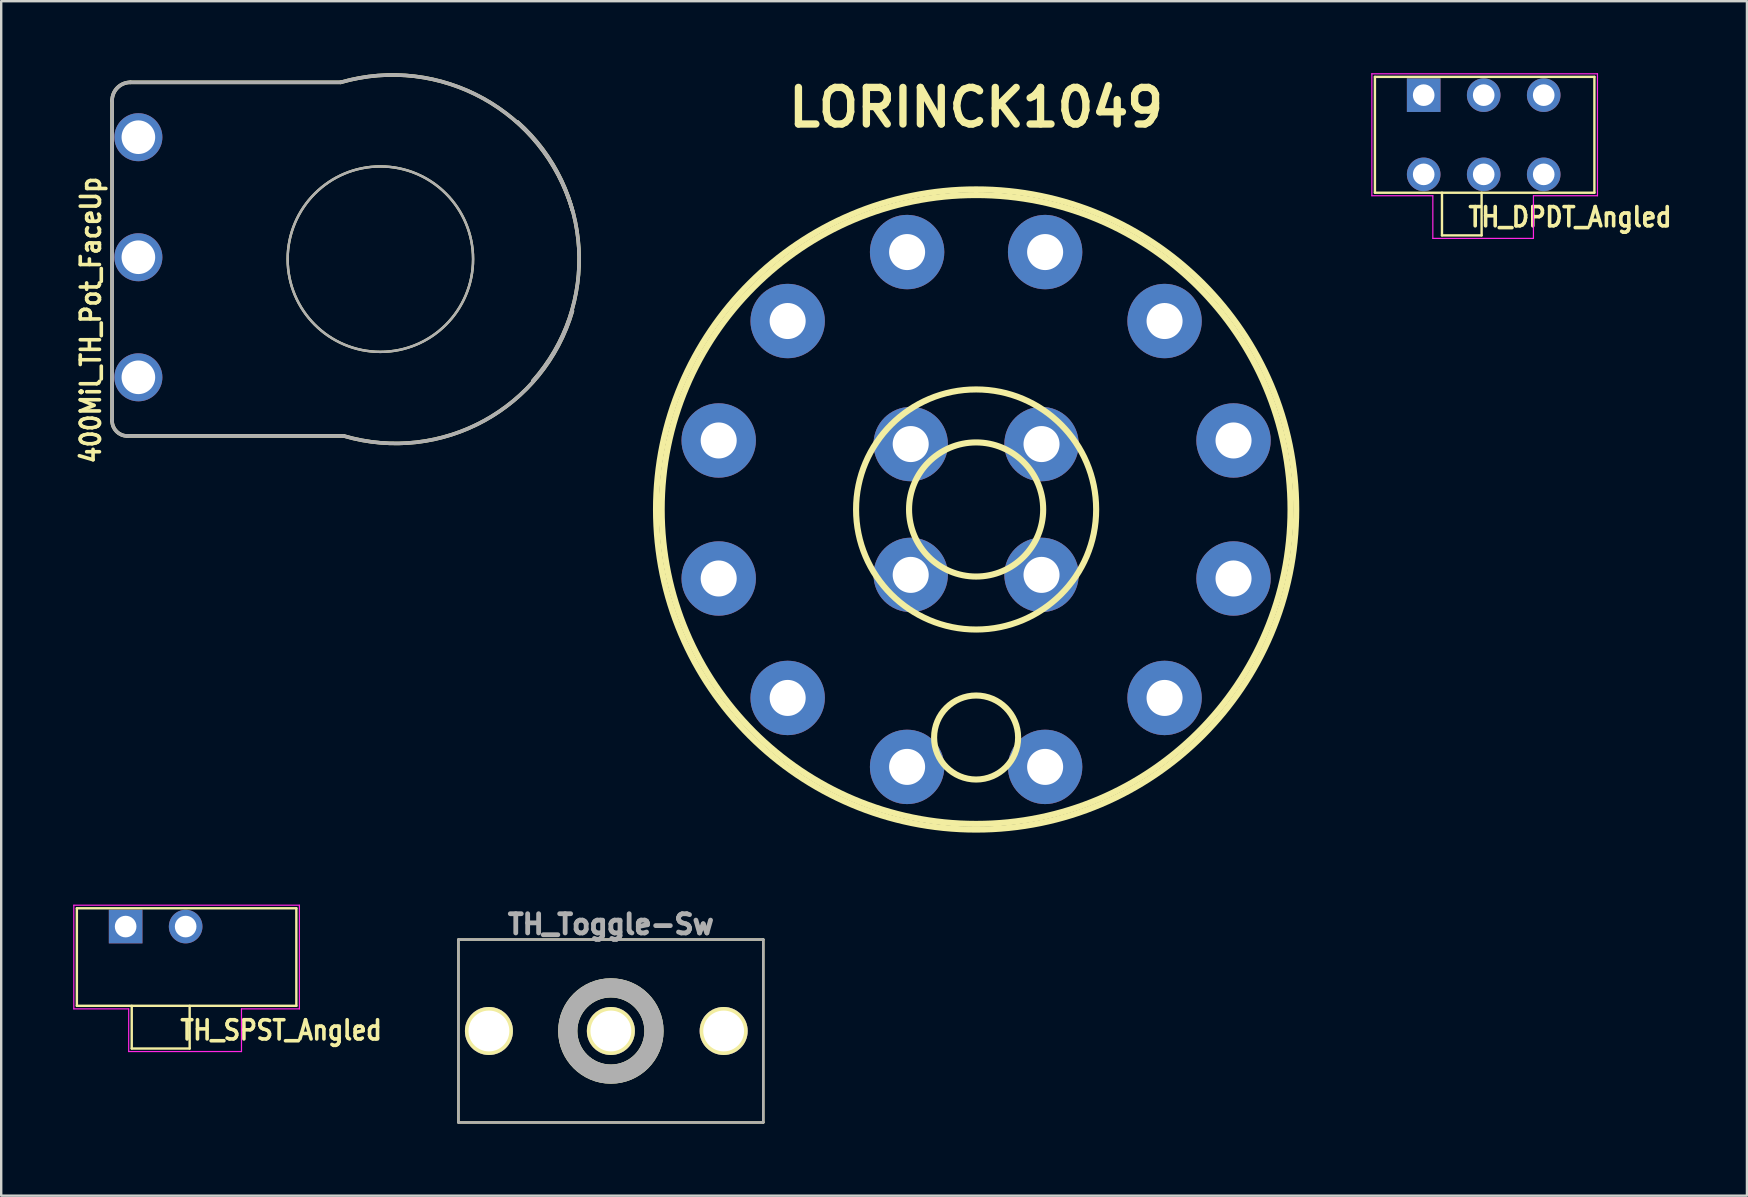
<source format=kicad_pcb>
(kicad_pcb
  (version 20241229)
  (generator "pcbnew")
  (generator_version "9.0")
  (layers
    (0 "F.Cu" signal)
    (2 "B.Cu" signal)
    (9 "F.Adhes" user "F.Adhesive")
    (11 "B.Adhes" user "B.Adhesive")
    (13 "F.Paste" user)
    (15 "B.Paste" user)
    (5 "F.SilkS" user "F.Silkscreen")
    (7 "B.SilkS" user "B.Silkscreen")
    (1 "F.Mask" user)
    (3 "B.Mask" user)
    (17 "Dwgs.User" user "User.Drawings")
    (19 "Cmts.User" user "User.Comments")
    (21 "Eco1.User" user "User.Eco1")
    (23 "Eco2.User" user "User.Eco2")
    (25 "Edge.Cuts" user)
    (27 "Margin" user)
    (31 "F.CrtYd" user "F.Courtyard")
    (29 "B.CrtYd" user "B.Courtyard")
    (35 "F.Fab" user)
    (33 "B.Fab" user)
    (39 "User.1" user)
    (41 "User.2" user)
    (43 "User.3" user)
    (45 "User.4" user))
  (footprint "LORINCK1049"
    (layer "F.Cu")
    (at 37.615 18.175)
    (property "Reference" "LORINCK1049" (at 0 -16.749 0) (layer "F.SilkS") (effects (font (size 1.524 1.524) (thickness 0.305))))
    (attr through_hole)
    (fp_circle (center 0 0) (end 2.794 0) (stroke (width 0.254) (type solid)) (fill no) (layer "F.SilkS"))
    (fp_circle (center 0 0) (end 5.001 0) (stroke (width 0.254) (type solid)) (fill no) (layer "F.SilkS"))
    (fp_circle (center 0 0) (end 13.099 0) (stroke (width 0.254) (type solid)) (fill no) (layer "F.SilkS"))
    (fp_circle (center 0 0) (end 13.335 0) (stroke (width 0.254) (type solid)) (fill no) (layer "F.SilkS"))
    (fp_circle (center 0 9.5) (end 1.75 9.5) (stroke (width 0.254) (type solid)) (fill no) (layer "F.SilkS"))
    (pad "1" thru_hole circle (at -2.875 10.724) (size 3.099 3.099) (drill 1.501) (layers "*.Cu" "*.Mask"))
    (pad "2" thru_hole circle (at -7.851 7.851) (size 3.099 3.099) (drill 1.501) (layers "*.Cu" "*.Mask"))
    (pad "3" thru_hole circle (at -10.724 2.875) (size 3.099 3.099) (drill 1.501) (layers "*.Cu" "*.Mask"))
    (pad "4" thru_hole circle (at -10.724 -2.875) (size 3.099 3.099) (drill 1.501) (layers "*.Cu" "*.Mask"))
    (pad "5" thru_hole circle (at -7.851 -7.851) (size 3.099 3.099) (drill 1.501) (layers "*.Cu" "*.Mask"))
    (pad "6" thru_hole circle (at -2.875 -10.724) (size 3.099 3.099) (drill 1.501) (layers "*.Cu" "*.Mask"))
    (pad "7" thru_hole circle (at 2.875 -10.724) (size 3.099 3.099) (drill 1.501) (layers "*.Cu" "*.Mask"))
    (pad "8" thru_hole circle (at 7.851 -7.851) (size 3.099 3.099) (drill 1.501) (layers "*.Cu" "*.Mask"))
    (pad "9" thru_hole circle (at 10.724 -2.875) (size 3.099 3.099) (drill 1.501) (layers "*.Cu" "*.Mask"))
    (pad "10" thru_hole circle (at 10.724 2.875) (size 3.099 3.099) (drill 1.501) (layers "*.Cu" "*.Mask"))
    (pad "11" thru_hole circle (at 7.851 7.851) (size 3.099 3.099) (drill 1.501) (layers "*.Cu" "*.Mask"))
    (pad "12" thru_hole circle (at 2.875 10.724) (size 3.099 3.099) (drill 1.501) (layers "*.Cu" "*.Mask"))
    (pad "A" thru_hole circle (at -2.725 2.725) (size 3.099 3.099) (drill 1.501) (layers "*.Cu" "*.Mask"))
    (pad "B" thru_hole circle (at -2.725 -2.725) (size 3.099 3.099) (drill 1.501) (layers "*.Cu" "*.Mask"))
    (pad "C" thru_hole circle (at 2.725 -2.725) (size 3.099 3.099) (drill 1.501) (layers "*.Cu" "*.Mask"))
    (pad "D" thru_hole circle (at 2.725 2.725) (size 3.099 3.099) (drill 1.501) (layers "*.Cu" "*.Mask")))
  (footprint "400Mil_TH_Pot_FaceUp"
    (layer "F.Cu")
    (at 5.176 7.746)
    (property "Reference" "400Mil_TH_Pot_FaceUp" (at -4.445 2.54 90) (layer "F.SilkS") (effects (font (size 0.8 0.7) (thickness 0.15))))
    (attr through_hole)
    (fp_line (start -3.556 -6.604) (end -3.556 6.731) (stroke (width 0.15) (type solid)) (layer "F.SilkS"))
    (fp_line (start -2.921 7.366) (end 6.096 7.366) (stroke (width 0.15) (type solid)) (layer "F.SilkS"))
    (fp_line (start -2.794 -7.366) (end 5.969 -7.366) (stroke (width 0.15) (type solid)) (layer "F.SilkS"))
    (fp_arc (start -3.556 -6.604) (mid -3.332815 -7.142815) (end -2.794 -7.366) (stroke (width 0.15) (type solid)) (layer "F.SilkS"))
    (fp_arc (start -2.921 7.366) (mid -3.370013 7.180013) (end -3.556 6.731) (stroke (width 0.15) (type solid)) (layer "F.SilkS"))
    (fp_arc (start 5.969 -7.366) (mid 11.899708 -6.697995) (end 15.621 -2.032) (stroke (width 0.15) (type solid)) (layer "F.SilkS"))
    (fp_arc (start 13.335 -5.715) (mid 15.888218 -0.449013) (end 13.97 5.08) (stroke (width 0.15) (type solid)) (layer "F.SilkS"))
    (fp_arc (start 15.621 2.159) (mid 11.936905 6.735192) (end 6.096 7.366) (stroke (width 0.15) (type solid)) (layer "F.SilkS"))
    (fp_circle (center 7.62 0) (end 11.43 0.635) (stroke (width 0.1) (type solid)) (fill no) (layer "F.SilkS"))
    (fp_line (start -3.556 -6.604) (end -3.556 6.731) (stroke (width 0.15) (type solid)) (layer "F.Fab"))
    (fp_line (start -2.921 7.366) (end 6.096 7.366) (stroke (width 0.15) (type solid)) (layer "F.Fab"))
    (fp_line (start -2.794 -7.366) (end 5.969 -7.366) (stroke (width 0.15) (type solid)) (layer "F.Fab"))
    (fp_arc (start -3.556 -6.604) (mid -3.332815 -7.142815) (end -2.794 -7.366) (stroke (width 0.15) (type solid)) (layer "F.Fab"))
    (fp_arc (start -2.921 7.366) (mid -3.370013 7.180013) (end -3.556 6.731) (stroke (width 0.15) (type solid)) (layer "F.Fab"))
    (fp_arc (start 5.969 -7.366) (mid 11.899708 -6.697995) (end 15.621 -2.032) (stroke (width 0.15) (type solid)) (layer "F.Fab"))
    (fp_arc (start 13.335 -5.715) (mid 15.888218 -0.449013) (end 13.97 5.08) (stroke (width 0.15) (type solid)) (layer "F.Fab"))
    (fp_arc (start 15.621 2.159) (mid 11.936905 6.735192) (end 6.096 7.366) (stroke (width 0.15) (type solid)) (layer "F.Fab"))
    (fp_circle (center 7.62 0) (end 11.43 0.635) (stroke (width 0.1) (type solid)) (fill no) (layer "F.Fab"))
    (pad "1" thru_hole circle (at -2.461 -5.08) (size 2 2) (drill 1.4) (layers "*.Cu" "*.Mask"))
    (pad "2" thru_hole circle (at -2.461 -0.079) (size 2 2) (drill 1.4) (layers "*.Cu" "*.Mask"))
    (pad "3" thru_hole circle (at -2.461 4.923) (size 2 2) (drill 1.4) (layers "*.Cu" "*.Mask")))
  (footprint "TH_SPST_Angled"
    (layer "F.Cu")
    (at 2.184 35.551)
    (property "Reference" "TH_SPST_Angled" (at 6.477 4.318 0) (layer "F.SilkS") (effects (font (size 0.8 0.7) (thickness 0.15))))
    (attr through_hole)
    (fp_line (start -2.032 -0.762) (end -2.032 3.302) (stroke (width 0.1) (type solid)) (layer "F.SilkS"))
    (fp_line (start -2.032 3.302) (end 7.112 3.302) (stroke (width 0.1) (type solid)) (layer "F.SilkS"))
    (fp_line (start 0.254 3.302) (end 0.254 5.08) (stroke (width 0.1) (type solid)) (layer "F.SilkS"))
    (fp_line (start 0.254 5.08) (end 2.667 5.08) (stroke (width 0.1) (type solid)) (layer "F.SilkS"))
    (fp_line (start 2.667 5.08) (end 2.667 3.302) (stroke (width 0.1) (type solid)) (layer "F.SilkS"))
    (fp_line (start 7.112 -0.762) (end -2.032 -0.762) (stroke (width 0.1) (type solid)) (layer "F.SilkS"))
    (fp_line (start 7.112 -0.762) (end 7.112 3.302) (stroke (width 0.1) (type solid)) (layer "F.SilkS"))
    (fp_line (start -2.159 -0.889) (end -2.159 3.429) (stroke (width 0.05) (type solid)) (layer "F.CrtYd"))
    (fp_line (start 0.127 3.429) (end -2.159 3.429) (stroke (width 0.05) (type solid)) (layer "F.CrtYd"))
    (fp_line (start 0.127 3.429) (end 0.127 5.207) (stroke (width 0.05) (type solid)) (layer "F.CrtYd"))
    (fp_line (start 0.127 5.207) (end 4.826 5.207) (stroke (width 0.05) (type solid)) (layer "F.CrtYd"))
    (fp_line (start 4.826 3.429) (end 7.239 3.429) (stroke (width 0.05) (type solid)) (layer "F.CrtYd"))
    (fp_line (start 4.826 5.207) (end 4.826 3.429) (stroke (width 0.05) (type solid)) (layer "F.CrtYd"))
    (fp_line (start 7.239 -0.889) (end -2.159 -0.889) (stroke (width 0.05) (type solid)) (layer "F.CrtYd"))
    (fp_line (start 7.239 -0.889) (end 7.239 3.429) (stroke (width 0.05) (type solid)) (layer "F.CrtYd"))
    (pad "1" thru_hole rect (at 0 0) (size 1.4 1.4) (drill 0.9) (layers "*.Cu" "*.Mask"))
    (pad "2" thru_hole circle (at 2.5 0) (size 1.4 1.4) (drill 0.9) (layers "*.Cu" "*.Mask")))
  (footprint "TH_DPDT_Angled"
    (layer "F.Cu")
    (at 56.261 0.914)
    (property "Reference" "TH_DPDT_Angled" (at 6.096 5.08 0) (layer "F.SilkS") (effects (font (size 0.8 0.7) (thickness 0.15))))
    (attr through_hole)
    (fp_line (start -2.032 -0.762) (end -2.032 4.064) (stroke (width 0.1) (type solid)) (layer "F.SilkS"))
    (fp_line (start -2.032 4.064) (end 7.112 4.064) (stroke (width 0.1) (type solid)) (layer "F.SilkS"))
    (fp_line (start 0.762 4.064) (end 0.762 5.842) (stroke (width 0.1) (type solid)) (layer "F.SilkS"))
    (fp_line (start 0.762 5.842) (end 2.413 5.842) (stroke (width 0.1) (type solid)) (layer "F.SilkS"))
    (fp_line (start 2.413 5.842) (end 2.413 4.064) (stroke (width 0.1) (type solid)) (layer "F.SilkS"))
    (fp_line (start 7.112 -0.762) (end -2.032 -0.762) (stroke (width 0.1) (type solid)) (layer "F.SilkS"))
    (fp_line (start 7.112 4.064) (end 7.112 -0.762) (stroke (width 0.1) (type solid)) (layer "F.SilkS"))
    (fp_line (start -2.159 -0.889) (end -2.159 4.191) (stroke (width 0.05) (type solid)) (layer "F.CrtYd"))
    (fp_line (start -2.159 4.191) (end 0.381 4.191) (stroke (width 0.05) (type solid)) (layer "F.CrtYd"))
    (fp_line (start 0.381 4.191) (end 0.381 5.969) (stroke (width 0.05) (type solid)) (layer "F.CrtYd"))
    (fp_line (start 0.381 5.969) (end 4.572 5.969) (stroke (width 0.05) (type solid)) (layer "F.CrtYd"))
    (fp_line (start 4.572 4.191) (end 7.239 4.191) (stroke (width 0.05) (type solid)) (layer "F.CrtYd"))
    (fp_line (start 4.572 5.969) (end 4.572 4.191) (stroke (width 0.05) (type solid)) (layer "F.CrtYd"))
    (fp_line (start 7.239 -0.889) (end -2.159 -0.889) (stroke (width 0.05) (type solid)) (layer "F.CrtYd"))
    (fp_line (start 7.239 4.191) (end 7.239 -0.889) (stroke (width 0.05) (type solid)) (layer "F.CrtYd"))
    (pad "1" thru_hole rect (at 0 0) (size 1.4 1.4) (drill 0.9) (layers "*.Cu" "*.Mask"))
    (pad "2" thru_hole circle (at 2.5 0) (size 1.4 1.4) (drill 0.9) (layers "*.Cu" "*.Mask"))
    (pad "3" thru_hole circle (at 5 0) (size 1.4 1.4) (drill 0.9) (layers "*.Cu" "*.Mask"))
    (pad "4" thru_hole circle (at 0 3.3) (size 1.4 1.4) (drill 0.9) (layers "*.Cu" "*.Mask"))
    (pad "5" thru_hole circle (at 2.5 3.3) (size 1.4 1.4) (drill 0.9) (layers "*.Cu" "*.Mask"))
    (pad "6" thru_hole circle (at 5 3.3) (size 1.4 1.4) (drill 0.9) (layers "*.Cu" "*.Mask")))
  (footprint "TH_Toggle-Sw"
    (layer "F.Cu")
    (at 22.399 39.901)
    (property "Reference" "TH_Toggle-Sw" (at 0 -4.445 0) (layer "F.Fab") (effects (font (size 0.8 0.8) (thickness 0.2))))
    (attr through_hole)
    (fp_line (start -6.35 -3.81) (end -6.35 3.81) (stroke (width 0.1) (type solid)) (layer "F.SilkS"))
    (fp_line (start -6.35 -3.81) (end 6.35 -3.81) (stroke (width 0.1) (type solid)) (layer "F.SilkS"))
    (fp_line (start 6.35 -3.81) (end 6.35 3.81) (stroke (width 0.1) (type solid)) (layer "F.SilkS"))
    (fp_line (start 6.35 3.81) (end -6.35 3.81) (stroke (width 0.1) (type solid)) (layer "F.SilkS"))
    (fp_circle (center 0 0) (end 1.27 1.27) (stroke (width 0.8) (type solid)) (fill no) (layer "F.SilkS"))
    (fp_line (start -6.35 -3.81) (end -6.35 3.81) (stroke (width 0.1) (type solid)) (layer "F.Fab"))
    (fp_line (start -6.35 -3.81) (end 6.35 -3.81) (stroke (width 0.1) (type solid)) (layer "F.Fab"))
    (fp_line (start 6.35 -3.81) (end 6.35 3.81) (stroke (width 0.1) (type solid)) (layer "F.Fab"))
    (fp_line (start 6.35 3.81) (end -6.35 3.81) (stroke (width 0.1) (type solid)) (layer "F.Fab"))
    (fp_circle (center 0 0) (end 1.27 1.27) (stroke (width 0.8) (type solid)) (fill no) (layer "F.Fab"))
    (pad "1" thru_hole circle (at -5.08 0) (size 2 2) (drill 1.7) (layers "*.Cu" "*.Mask" "F.SilkS"))
    (pad "2" thru_hole circle (at 0 0) (size 2 2) (drill 1.7) (layers "*.Cu" "*.Mask" "F.SilkS"))
    (pad "3" thru_hole circle (at 4.699 0) (size 2 2) (drill 1.7) (layers "*.Cu" "*.Mask" "F.SilkS")))
  (gr_rect
    (start -3 -3)
    (end 69.728 46.761)
    (stroke (width 0.1) (type default))
    (fill no)
    (layer "Edge.Cuts")))
</source>
